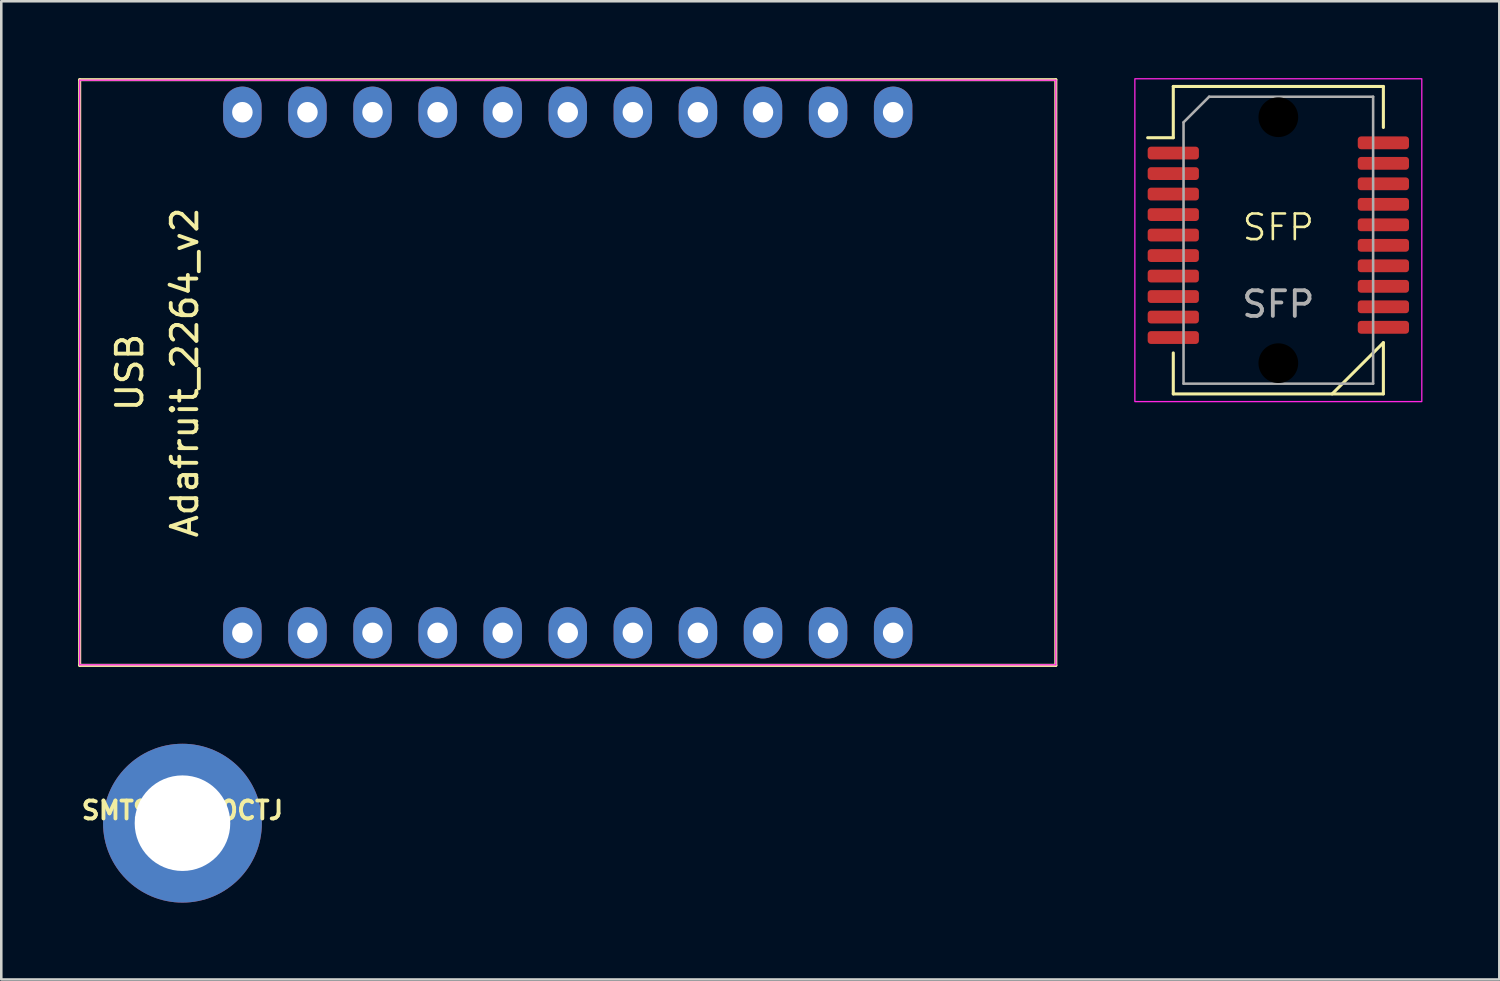
<source format=kicad_pcb>
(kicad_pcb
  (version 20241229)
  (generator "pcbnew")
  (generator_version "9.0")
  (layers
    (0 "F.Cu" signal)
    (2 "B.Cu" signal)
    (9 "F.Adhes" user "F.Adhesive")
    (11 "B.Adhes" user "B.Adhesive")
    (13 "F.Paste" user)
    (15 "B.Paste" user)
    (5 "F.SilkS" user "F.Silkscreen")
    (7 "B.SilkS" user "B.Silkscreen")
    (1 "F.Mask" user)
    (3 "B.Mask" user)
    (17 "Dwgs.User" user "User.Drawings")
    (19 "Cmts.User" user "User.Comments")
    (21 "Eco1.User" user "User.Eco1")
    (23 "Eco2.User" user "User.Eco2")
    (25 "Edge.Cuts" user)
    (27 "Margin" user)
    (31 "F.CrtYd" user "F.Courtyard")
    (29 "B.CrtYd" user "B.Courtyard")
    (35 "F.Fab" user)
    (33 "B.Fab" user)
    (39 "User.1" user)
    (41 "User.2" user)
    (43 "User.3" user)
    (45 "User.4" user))
  (footprint "SMTSO2030CTJ"
    (layer "F.Cu")
    (at 4.072 29.08)
    (property "Reference" "SMTSO2030CTJ" (at 0 -0.5 0) (unlocked yes) (layer "F.SilkS") (effects (font (size 0.7 0.7) (thickness 0.15))))
    (attr smd)
    (pad "" smd oval (at -2.1 -1.212 150) (size 1.235 2.2) (layers "F.Paste"))
    (pad "" smd oval (at -2.1 1.212 210) (size 1.235 2.2) (layers "F.Paste"))
    (pad "" smd oval (at 0 -2.425 90) (size 1.235 2.2) (layers "F.Paste"))
    (pad "" smd circle (at 0 0) (size 3.75 3.75) (layers "B.Mask"))
    (pad "" smd oval (at 0 2.425 270) (size 1.235 2.2) (layers "F.Paste"))
    (pad "" smd oval (at 2.1 -1.212 30) (size 1.235 2.2) (layers "F.Paste"))
    (pad "" smd oval (at 2.1 1.212 330) (size 1.235 2.2) (layers "F.Paste"))
    (pad "1" thru_hole circle (at 0 0) (size 6.2 6.2) (drill 3.73) (layers "*.Cu" "F.Mask")))
  (footprint "SFP"
    (layer "F.Cu")
    (at 46.845 6.325)
    (property "Reference" "SFP" (at 0 -0.5 0) (unlocked yes) (layer "F.SilkS") (effects (font (size 1 1) (thickness 0.1))))
    (attr smd)
    (fp_line (start -4.1 -6) (end -4.1 -4) (stroke (width 0.12) (type solid)) (layer "F.SilkS"))
    (fp_line (start -4.1 -4) (end -5.1 -4) (stroke (width 0.12) (type solid)) (layer "F.SilkS"))
    (fp_line (start -4.1 4.4) (end -4.1 6) (stroke (width 0.12) (type solid)) (layer "F.SilkS"))
    (fp_line (start 2.1 6) (end 4.1 4) (stroke (width 0.12) (type default)) (layer "F.SilkS"))
    (fp_line (start 4.1 -6) (end -4.1 -6) (stroke (width 0.12) (type solid)) (layer "F.SilkS"))
    (fp_line (start 4.1 -4.4) (end 4.1 -6) (stroke (width 0.12) (type solid)) (layer "F.SilkS"))
    (fp_line (start 4.1 4) (end 4.1 6) (stroke (width 0.12) (type solid)) (layer "F.SilkS"))
    (fp_line (start 4.1 6) (end -4.1 6) (stroke (width 0.12) (type solid)) (layer "F.SilkS"))
    (fp_rect (start -5.6 -6.3) (end 5.6 6.3) (stroke (width 0.05) (type default)) (fill no) (layer "F.CrtYd"))
    (fp_line (start -3.7 -4.6) (end -3.7 5.6) (stroke (width 0.1) (type solid)) (layer "F.Fab"))
    (fp_line (start -3.7 -4.6) (end -2.7 -5.6) (stroke (width 0.1) (type solid)) (layer "F.Fab"))
    (fp_line (start 3.7 -5.6) (end -2.7 -5.6) (stroke (width 0.1) (type solid)) (layer "F.Fab"))
    (fp_line (start 3.7 -5.6) (end 3.7 5.6) (stroke (width 0.1) (type solid)) (layer "F.Fab"))
    (fp_line (start 3.7 5.6) (end -3.7 5.6) (stroke (width 0.1) (type solid)) (layer "F.Fab"))
    (fp_text user "${REFERENCE}" (at 0 2.5 0) (unlocked yes) (layer "F.Fab") (effects (font (size 1 1) (thickness 0.15))))
    (pad "" np_thru_hole circle (at 0 -4.8) (size 2 2) (drill 1.55) (layers "*.Mask"))
    (pad "" np_thru_hole circle (at 0 4.8) (size 2 2) (drill 1.55) (layers "*.Mask"))
    (pad "1" smd roundrect (at -4.1 -3.4) (size 2 0.5) (layers "F.Cu" "F.Mask" "F.Paste") (roundrect_rratio 0.25))
    (pad "2" smd roundrect (at -4.1 -2.6) (size 2 0.5) (layers "F.Cu" "F.Mask" "F.Paste") (roundrect_rratio 0.25))
    (pad "3" smd roundrect (at -4.1 -1.8) (size 2 0.5) (layers "F.Cu" "F.Mask" "F.Paste") (roundrect_rratio 0.25))
    (pad "4" smd roundrect (at -4.1 -1) (size 2 0.5) (layers "F.Cu" "F.Mask" "F.Paste") (roundrect_rratio 0.25))
    (pad "5" smd roundrect (at -4.1 -0.2) (size 2 0.5) (layers "F.Cu" "F.Mask" "F.Paste") (roundrect_rratio 0.25))
    (pad "6" smd roundrect (at -4.1 0.6) (size 2 0.5) (layers "F.Cu" "F.Mask" "F.Paste") (roundrect_rratio 0.25))
    (pad "7" smd roundrect (at -4.1 1.4) (size 2 0.5) (layers "F.Cu" "F.Mask" "F.Paste") (roundrect_rratio 0.25))
    (pad "8" smd roundrect (at -4.1 2.2) (size 2 0.5) (layers "F.Cu" "F.Mask" "F.Paste") (roundrect_rratio 0.25))
    (pad "9" smd roundrect (at -4.1 3) (size 2 0.5) (layers "F.Cu" "F.Mask" "F.Paste") (roundrect_rratio 0.25))
    (pad "10" smd roundrect (at -4.1 3.8) (size 2 0.5) (layers "F.Cu" "F.Mask" "F.Paste") (roundrect_rratio 0.25))
    (pad "11" smd roundrect (at 4.1 3.4) (size 2 0.5) (layers "F.Cu" "F.Mask" "F.Paste") (roundrect_rratio 0.25))
    (pad "12" smd roundrect (at 4.1 2.6) (size 2 0.5) (layers "F.Cu" "F.Mask" "F.Paste") (roundrect_rratio 0.25))
    (pad "13" smd roundrect (at 4.1 1.8) (size 2 0.5) (layers "F.Cu" "F.Mask" "F.Paste") (roundrect_rratio 0.25))
    (pad "14" smd roundrect (at 4.1 1) (size 2 0.5) (layers "F.Cu" "F.Mask" "F.Paste") (roundrect_rratio 0.25))
    (pad "15" smd roundrect (at 4.1 0.2) (size 2 0.5) (layers "F.Cu" "F.Mask" "F.Paste") (roundrect_rratio 0.25))
    (pad "16" smd roundrect (at 4.1 -0.6) (size 2 0.5) (layers "F.Cu" "F.Mask" "F.Paste") (roundrect_rratio 0.25))
    (pad "17" smd roundrect (at 4.1 -1.4) (size 2 0.5) (layers "F.Cu" "F.Mask" "F.Paste") (roundrect_rratio 0.25))
    (pad "18" smd roundrect (at 4.1 -2.2) (size 2 0.5) (layers "F.Cu" "F.Mask" "F.Paste") (roundrect_rratio 0.25))
    (pad "19" smd roundrect (at 4.1 -3) (size 2 0.5) (layers "F.Cu" "F.Mask" "F.Paste") (roundrect_rratio 0.25))
    (pad "20" smd roundrect (at 4.1 -3.8) (size 2 0.5) (layers "F.Cu" "F.Mask" "F.Paste") (roundrect_rratio 0.25)))
  (footprint "Adafruit_2264_v2"
    (layer "F.Cu")
    (at 19.11 11.49)
    (property "Reference" "Adafruit_2264_v2" (at -14.95 0 90) (unlocked yes) (layer "F.SilkS") (effects (font (size 1 1) (thickness 0.15))))
    (attr through_hole)
    (fp_line (start -19.05 -11.43) (end -19.05 11.43) (stroke (width 0.12) (type default)) (layer "F.SilkS"))
    (fp_line (start -19.05 11.43) (end 19.05 11.43) (stroke (width 0.12) (type default)) (layer "F.SilkS"))
    (fp_line (start 19.05 -11.43) (end -19.05 -11.43) (stroke (width 0.12) (type default)) (layer "F.SilkS"))
    (fp_line (start 19.05 11.43) (end 19.05 -11.43) (stroke (width 0.12) (type default)) (layer "F.SilkS"))
    (fp_line (start -19.05 -11.41) (end 19.05 -11.41) (stroke (width 0.05) (type default)) (layer "F.CrtYd"))
    (fp_line (start -19.05 11.41) (end -19.05 -11.41) (stroke (width 0.05) (type default)) (layer "F.CrtYd"))
    (fp_line (start 19.05 -11.41) (end 19.05 11.41) (stroke (width 0.05) (type default)) (layer "F.CrtYd"))
    (fp_line (start 19.05 11.41) (end -19.05 11.41) (stroke (width 0.05) (type default)) (layer "F.CrtYd"))
    (fp_text user "USB" (at -16.51 0 90) (unlocked yes) (layer "F.SilkS") (effects (font (size 1 1) (thickness 0.15)) (justify bottom)))
    (pad "1" thru_hole oval (at -12.7 10.16) (size 1.5 2) (drill 0.8) (layers "*.Cu" "*.Mask"))
    (pad "2" thru_hole oval (at -10.16 10.16) (size 1.5 2) (drill 0.8) (layers "*.Cu" "*.Mask"))
    (pad "3" thru_hole oval (at -7.62 10.16) (size 1.5 2) (drill 0.8) (layers "*.Cu" "*.Mask"))
    (pad "4" thru_hole oval (at -5.08 10.16) (size 1.5 2) (drill 0.8) (layers "*.Cu" "*.Mask"))
    (pad "5" thru_hole oval (at -2.54 10.16) (size 1.5 2) (drill 0.8) (layers "*.Cu" "*.Mask"))
    (pad "6" thru_hole oval (at 0 10.16) (size 1.5 2) (drill 0.8) (layers "*.Cu" "*.Mask"))
    (pad "7" thru_hole oval (at 2.54 10.16) (size 1.5 2) (drill 0.8) (layers "*.Cu" "*.Mask"))
    (pad "8" thru_hole oval (at 5.08 10.16) (size 1.5 2) (drill 0.8) (layers "*.Cu" "*.Mask"))
    (pad "9" thru_hole oval (at 7.62 10.16) (size 1.5 2) (drill 0.8) (layers "*.Cu" "*.Mask"))
    (pad "10" thru_hole oval (at 10.16 10.16) (size 1.5 2) (drill 0.8) (layers "*.Cu" "*.Mask"))
    (pad "11" thru_hole oval (at 12.7 10.16) (size 1.5 2) (drill 0.8) (layers "*.Cu" "*.Mask"))
    (pad "12" thru_hole oval (at 12.7 -10.16) (size 1.5 2) (drill 0.8) (layers "*.Cu" "*.Mask"))
    (pad "13" thru_hole oval (at 10.16 -10.16) (size 1.5 2) (drill 0.8) (layers "*.Cu" "*.Mask"))
    (pad "14" thru_hole oval (at 7.62 -10.16) (size 1.5 2) (drill 0.8) (layers "*.Cu" "*.Mask"))
    (pad "15" thru_hole oval (at 5.08 -10.16) (size 1.5 2) (drill 0.8) (layers "*.Cu" "*.Mask"))
    (pad "16" thru_hole oval (at 2.54 -10.16) (size 1.5 2) (drill 0.8) (layers "*.Cu" "*.Mask"))
    (pad "17" thru_hole oval (at 0 -10.16) (size 1.5 2) (drill 0.8) (layers "*.Cu" "*.Mask"))
    (pad "18" thru_hole oval (at -2.54 -10.16) (size 1.5 2) (drill 0.8) (layers "*.Cu" "*.Mask"))
    (pad "19" thru_hole oval (at -5.08 -10.16) (size 1.5 2) (drill 0.8) (layers "*.Cu" "*.Mask"))
    (pad "20" thru_hole oval (at -7.62 -10.16) (size 1.5 2) (drill 0.8) (layers "*.Cu" "*.Mask"))
    (pad "21" thru_hole oval (at -10.16 -10.16) (size 1.5 2) (drill 0.8) (layers "*.Cu" "*.Mask"))
    (pad "22" thru_hole oval (at -12.7 -10.16) (size 1.5 2) (drill 0.8) (layers "*.Cu" "*.Mask")))
  (gr_rect
    (start -3 -3)
    (end 55.47 35.18)
    (stroke (width 0.1) (type default))
    (fill no)
    (layer "Edge.Cuts")))
</source>
